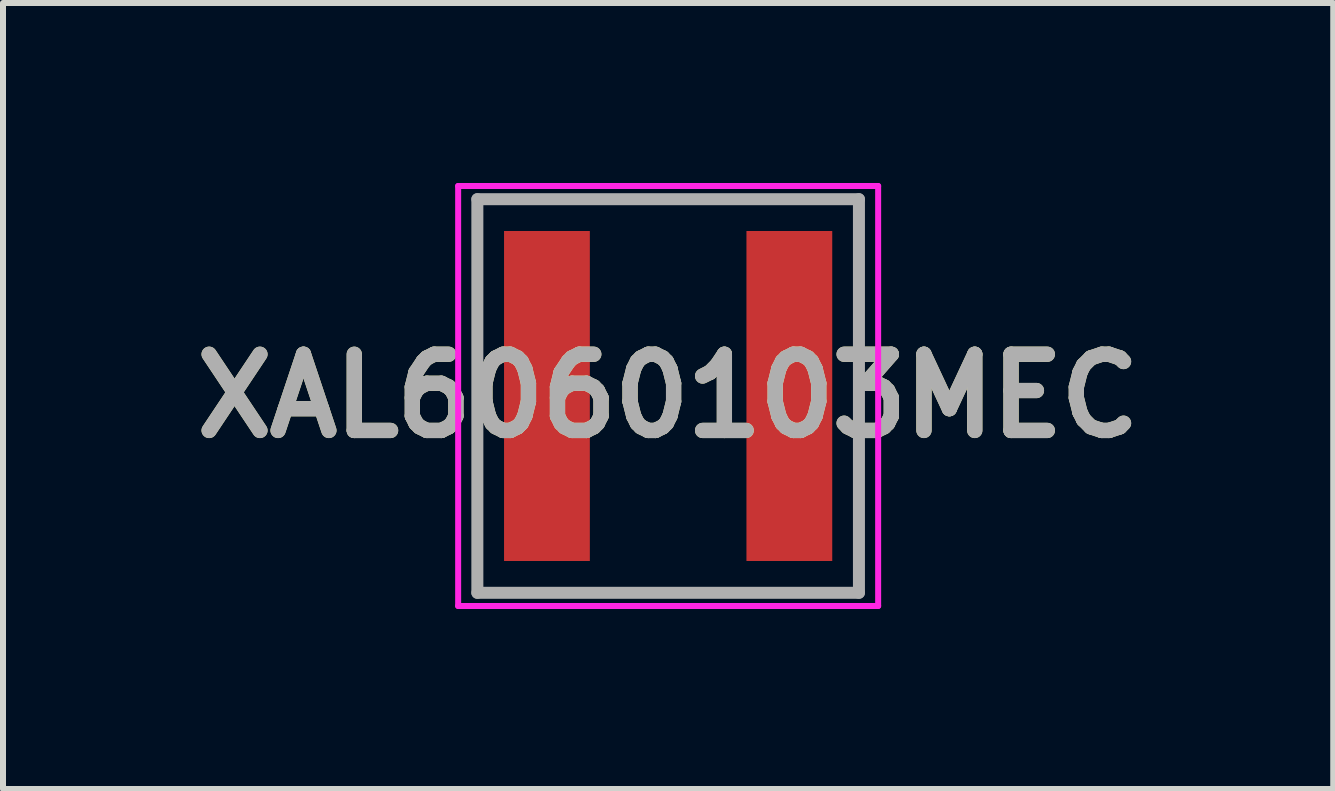
<source format=kicad_pcb>
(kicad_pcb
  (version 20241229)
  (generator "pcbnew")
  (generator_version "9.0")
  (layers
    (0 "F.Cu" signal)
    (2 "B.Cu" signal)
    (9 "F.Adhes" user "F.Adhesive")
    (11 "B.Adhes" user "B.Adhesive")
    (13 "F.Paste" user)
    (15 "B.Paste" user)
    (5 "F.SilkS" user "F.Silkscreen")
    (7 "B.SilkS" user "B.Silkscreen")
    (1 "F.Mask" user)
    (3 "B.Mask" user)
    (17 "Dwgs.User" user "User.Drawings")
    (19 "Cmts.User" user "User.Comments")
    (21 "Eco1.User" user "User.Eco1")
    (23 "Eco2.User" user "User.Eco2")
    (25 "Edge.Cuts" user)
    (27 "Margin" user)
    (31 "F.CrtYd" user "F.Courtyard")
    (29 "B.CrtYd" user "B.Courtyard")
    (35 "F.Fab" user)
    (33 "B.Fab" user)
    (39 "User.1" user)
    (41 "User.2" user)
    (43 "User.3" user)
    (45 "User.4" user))
  (footprint "XAL6060103MEC"
    (layer "F.Cu")
    (at 8.086 3.55)
    (property "Reference" "XAL6060103MEC" (at 0 0 180) (layer "F.SilkS") (effects (font (size 1.27 1.27) (thickness 0.254))))
    (attr smd)
    (fp_line (start -3.18 -3.28) (end 3.18 -3.28) (stroke (width 0.1) (type solid)) (layer "F.SilkS"))
    (fp_line (start -3.18 3.28) (end -3.18 -3.28) (stroke (width 0.1) (type solid)) (layer "F.SilkS"))
    (fp_line (start 3.18 -3.28) (end 3.18 3.28) (stroke (width 0.1) (type solid)) (layer "F.SilkS"))
    (fp_line (start 3.18 3.28) (end -3.18 3.28) (stroke (width 0.1) (type solid)) (layer "F.SilkS"))
    (fp_line (start -3.5 -3.5) (end 3.5 -3.5) (stroke (width 0.1) (type solid)) (layer "F.CrtYd"))
    (fp_line (start -3.5 3.5) (end -3.5 -3.5) (stroke (width 0.1) (type solid)) (layer "F.CrtYd"))
    (fp_line (start 3.5 -3.5) (end 3.5 3.5) (stroke (width 0.1) (type solid)) (layer "F.CrtYd"))
    (fp_line (start 3.5 3.5) (end -3.5 3.5) (stroke (width 0.1) (type solid)) (layer "F.CrtYd"))
    (fp_line (start -3.18 -3.28) (end 3.18 -3.28) (stroke (width 0.2) (type solid)) (layer "F.Fab"))
    (fp_line (start -3.18 3.28) (end -3.18 -3.28) (stroke (width 0.2) (type solid)) (layer "F.Fab"))
    (fp_line (start 3.18 -3.28) (end 3.18 3.28) (stroke (width 0.2) (type solid)) (layer "F.Fab"))
    (fp_line (start 3.18 3.28) (end -3.18 3.28) (stroke (width 0.2) (type solid)) (layer "F.Fab"))
    (fp_text user "${REFERENCE}" (at 0 0 180) (layer "F.Fab") (effects (font (size 1.27 1.27) (thickness 0.254))))
    (pad "1" smd rect (at -2.02 0) (size 1.43 5.5) (layers "F.Cu" "F.Mask" "F.Paste"))
    (pad "2" smd rect (at 2.02 0) (size 1.43 5.5) (layers "F.Cu" "F.Mask" "F.Paste")))
  (gr_rect
    (start -3 -3)
    (end 19.171 10.1)
    (stroke (width 0.1) (type default))
    (fill no)
    (layer "Edge.Cuts")))
</source>
